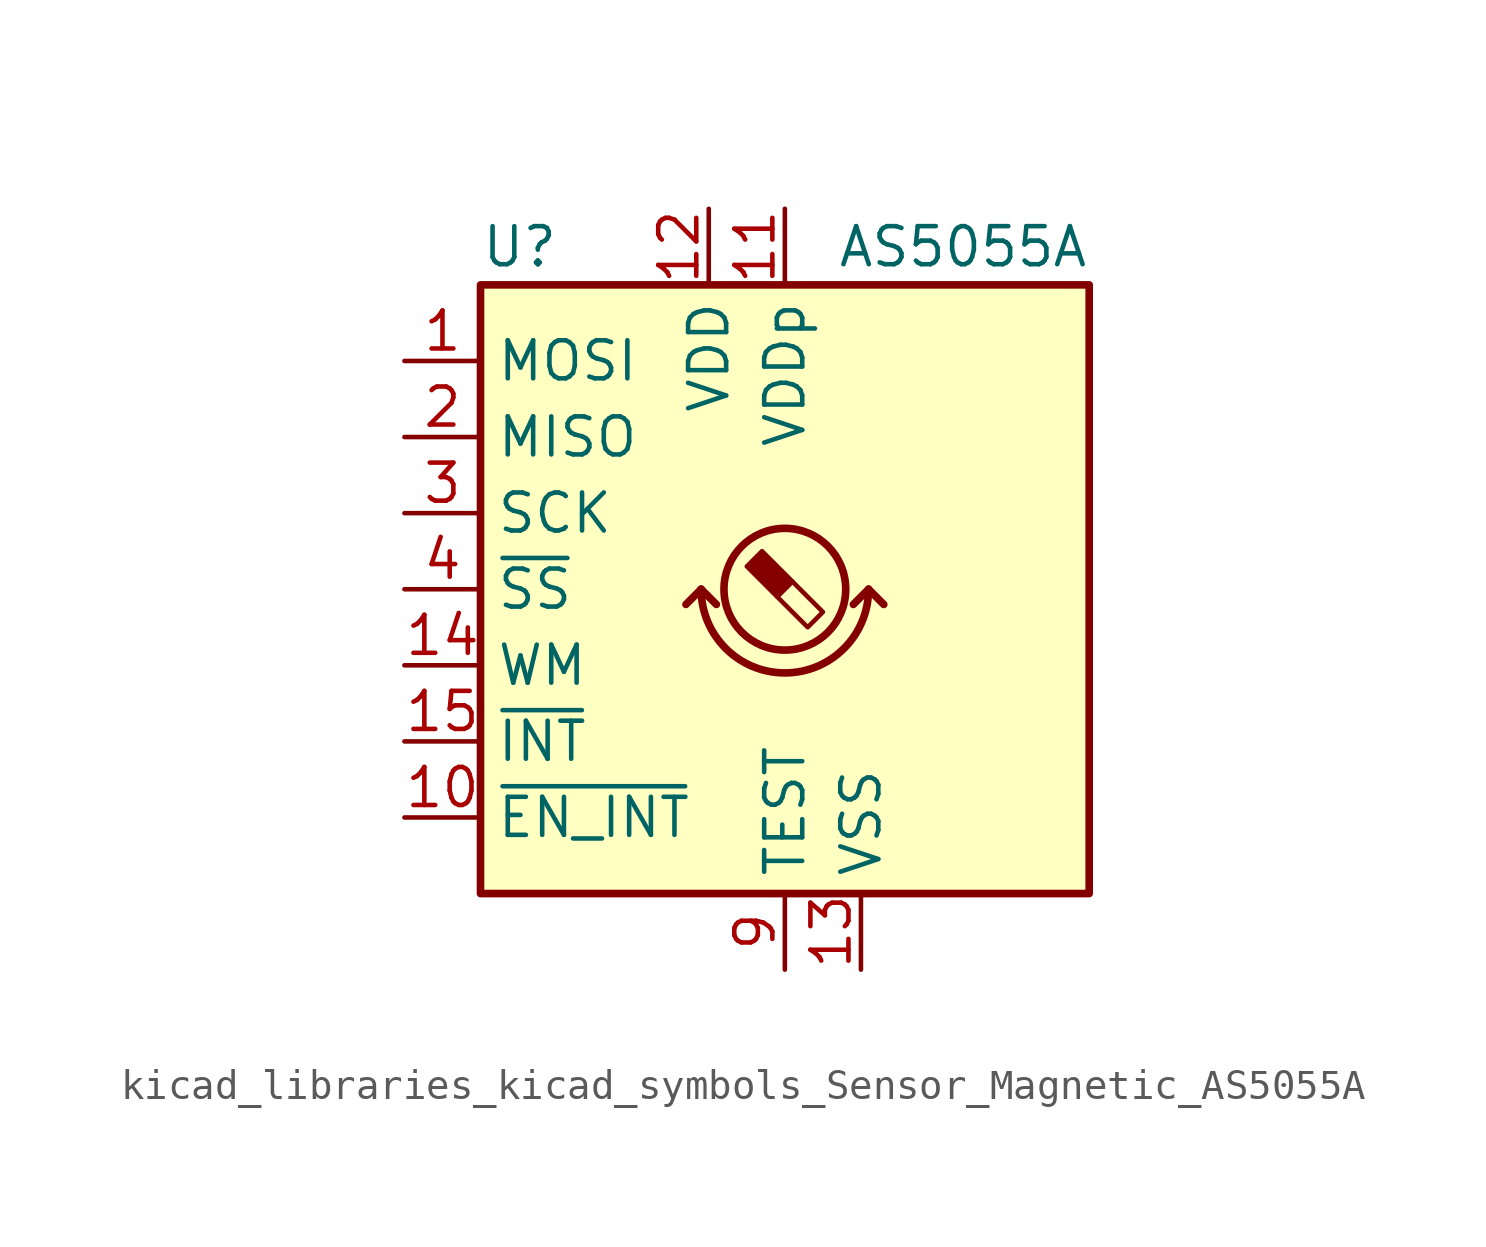
<source format=kicad_sym>
(kicad_symbol_lib
  (version 20220914)
  (generator kicad_symbol_editor)
  (symbol "kicad_libraries_kicad_symbols_Sensor_Magnetic_AS5055A"
    (property "Reference" "U"
      (at -10.16 11.43 0)
      (effects (font (size 1.27 1.27)) (justify left)))
    (property "Value" "AS5055A"
      (at 10.16 11.43 0)
      (effects (font (size 1.27 1.27)) (justify right)))
    (symbol "kicad_libraries_kicad_symbols_Sensor_Magnetic_AS5055A_0_1"
      (rectangle (start -10.16 10.16) (end 10.16 -10.16) (stroke (width 0.254) (type default)) (fill (type background)))
      (arc (start -2.794 0) (mid 0 -2.7819) (end 2.794 0) (stroke (width 0.254) (type default)) (fill (type none)))
      (polyline (pts (xy -2.794 0) (xy -3.302 -0.508)) (stroke (width 0.254) (type default)) (fill (type none)))
      (polyline (pts (xy -2.794 0) (xy -2.286 -0.508)) (stroke (width 0.254) (type default)) (fill (type none)))
      (polyline (pts (xy 2.794 0) (xy 2.286 -0.508)) (stroke (width 0.254) (type default)) (fill (type none)))
      (polyline (pts (xy 2.794 0) (xy 3.302 -0.508)) (stroke (width 0.254) (type default)) (fill (type none))))
    (symbol "kicad_libraries_kicad_symbols_Sensor_Magnetic_AS5055A_1_1"
      (polyline (pts (xy 0.254 0.254) (xy 1.27 -0.762) (xy 0.762 -1.27) (xy -0.254 -0.254)) (stroke (width 0) (type default)) (fill (type none)))
      (polyline (pts (xy -0.762 1.27) (xy 0.254 0.254) (xy -0.254 -0.254) (xy -1.27 0.762) (xy -1.016 1.016) (xy -0.762 1.27) (xy -0.635 1.143)) (stroke (width 0) (type default)) (fill (type outline)))
      (circle (center 0 0) (radius 2.032) (stroke (width 0.254) (type default)) (fill (type none)))
      (pin input line (at -12.7 7.62 0) (length 2.54) (name "MOSI" (effects (font (size 1.27 1.27)))) (number "1" (effects (font (size 1.27 1.27)))))
      (pin input line (at -12.7 -7.62 0) (length 2.54) (name "~{EN_INT}" (effects (font (size 1.27 1.27)))) (number "10" (effects (font (size 1.27 1.27)))))
      (pin power_in line (at 0 12.7 270) (length 2.54) (name "VDDp" (effects (font (size 1.27 1.27)))) (number "11" (effects (font (size 1.27 1.27)))))
      (pin power_in line (at -2.54 12.7 270) (length 2.54) (name "VDD" (effects (font (size 1.27 1.27)))) (number "12" (effects (font (size 1.27 1.27)))))
      (pin power_in line (at 2.54 -12.7 90) (length 2.54) (name "VSS" (effects (font (size 1.27 1.27)))) (number "13" (effects (font (size 1.27 1.27)))))
      (pin input line (at -12.7 -2.54 0) (length 2.54) (name "WM" (effects (font (size 1.27 1.27)))) (number "14" (effects (font (size 1.27 1.27)))))
      (pin output line (at -12.7 -5.08 0) (length 2.54) (name "~{INT}" (effects (font (size 1.27 1.27)))) (number "15" (effects (font (size 1.27 1.27)))))
      (pin no_connect line (at 5.08 -10.16 90) (length 2.54) hide (name "NC" (effects (font (size 1.27 1.27)))) (number "16" (effects (font (size 1.27 1.27)))))
      (pin no_connect line (at 7.62 -10.16 90) (length 2.54) hide (name "NC" (effects (font (size 1.27 1.27)))) (number "17" (effects (font (size 1.27 1.27)))))
      (pin output line (at -12.7 5.08 0) (length 2.54) (name "MISO" (effects (font (size 1.27 1.27)))) (number "2" (effects (font (size 1.27 1.27)))))
      (pin input line (at -12.7 2.54 0) (length 2.54) (name "SCK" (effects (font (size 1.27 1.27)))) (number "3" (effects (font (size 1.27 1.27)))))
      (pin input line (at -12.7 0 0) (length 2.54) (name "~{SS}" (effects (font (size 1.27 1.27)))) (number "4" (effects (font (size 1.27 1.27)))))
      (pin no_connect line (at 10.16 7.62 180) (length 2.54) hide (name "NC" (effects (font (size 1.27 1.27)))) (number "5" (effects (font (size 1.27 1.27)))))
      (pin no_connect line (at 10.16 5.08 180) (length 2.54) hide (name "NC" (effects (font (size 1.27 1.27)))) (number "6" (effects (font (size 1.27 1.27)))))
      (pin no_connect line (at 10.16 2.54 180) (length 2.54) hide (name "NC" (effects (font (size 1.27 1.27)))) (number "7" (effects (font (size 1.27 1.27)))))
      (pin no_connect line (at 10.16 0 180) (length 2.54) hide (name "NC" (effects (font (size 1.27 1.27)))) (number "8" (effects (font (size 1.27 1.27)))))
      (pin passive line (at 0 -12.7 90) (length 2.54) (name "TEST" (effects (font (size 1.27 1.27)))) (number "9" (effects (font (size 1.27 1.27))))))))
</source>
